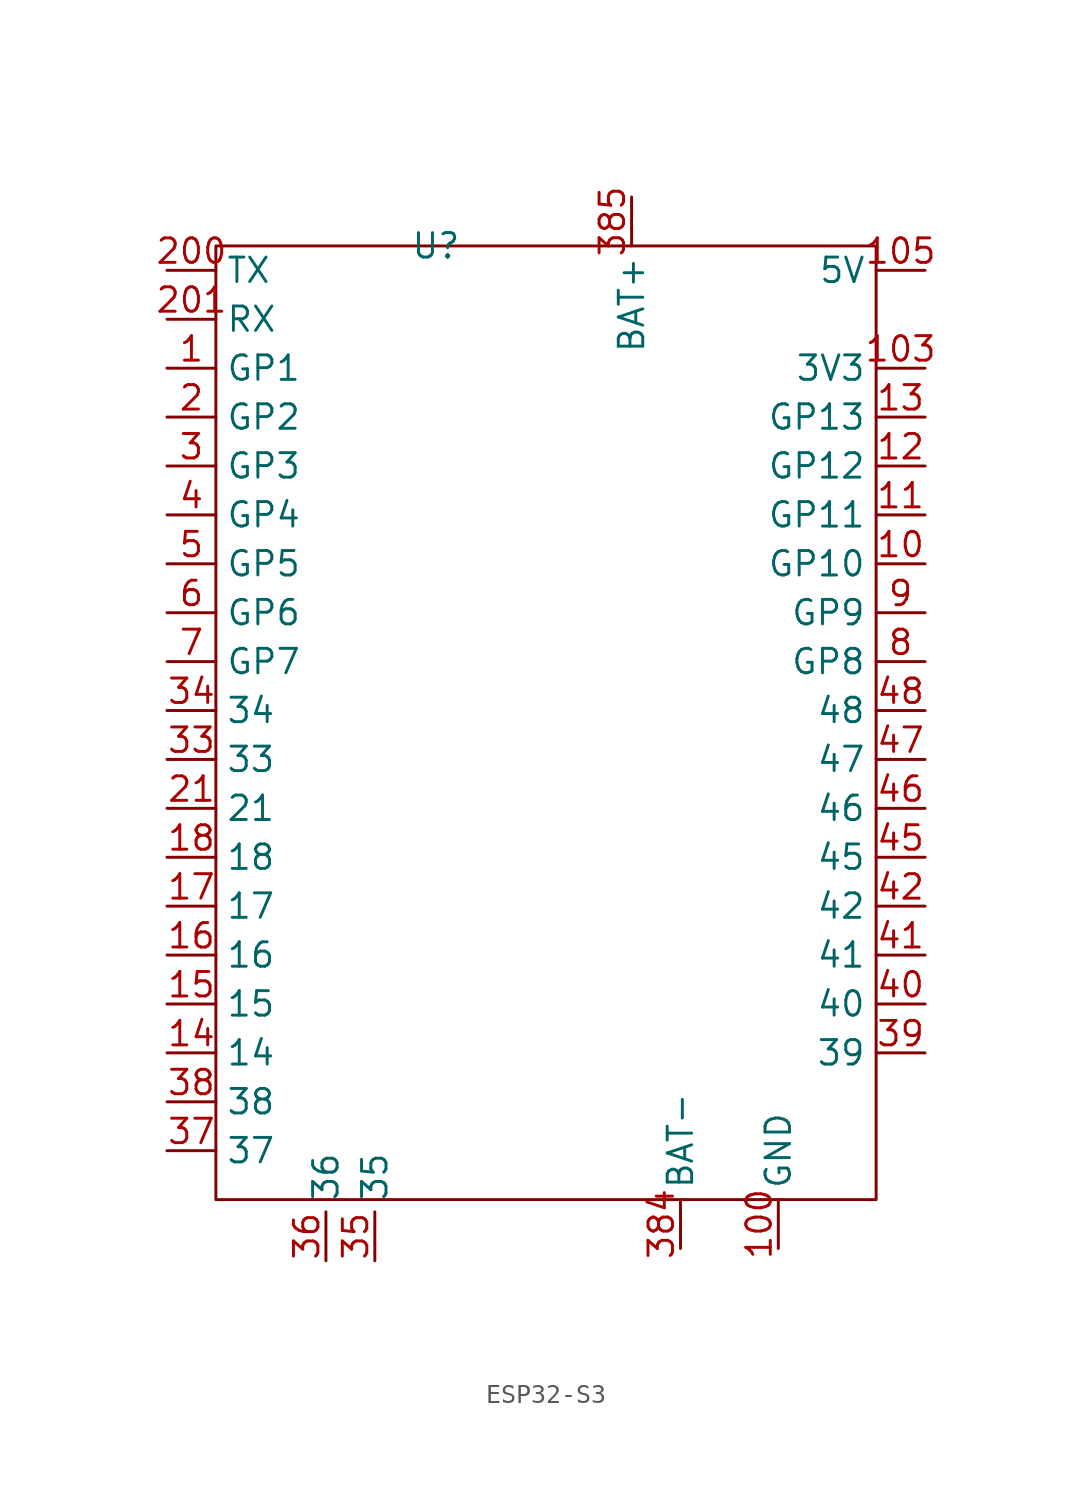
<source format=kicad_sym>
(kicad_symbol_lib
  (version 20220914)
  (generator kicad_symbol_editor)
  (symbol "ESP32-S3"
    (property "Reference" "U"
      (at 2.54 10.16 0)
      (effects (font (size 1.27 1.27))))
    (property "Value" ""
      (at 0 0 0)
      (effects (font (size 1.27 1.27))))
    (symbol "ESP32-S3_0_1"
      (rectangle (start -8.89 10.16) (end 25.4 -39.37) (stroke (width 0) (type default)) (fill (type none))))
    (symbol "ESP32-S3_1_1"
      (pin input line (at -11.43 3.81 0) (length 2.54) (name "GP1" (effects (font (size 1.27 1.27)))) (number "1" (effects (font (size 1.27 1.27)))))
      (pin input line (at 27.94 -6.35 180) (length 2.54) (name "GP10" (effects (font (size 1.27 1.27)))) (number "10" (effects (font (size 1.27 1.27)))))
      (pin input line (at 20.32 -41.91 90) (length 2.54) (name "GND" (effects (font (size 1.27 1.27)))) (number "100" (effects (font (size 1.27 1.27)))))
      (pin input line (at 27.94 3.81 180) (length 2.54) (name "3V3" (effects (font (size 1.27 1.27)))) (number "103" (effects (font (size 1.27 1.27)))))
      (pin input line (at 27.94 8.89 180) (length 2.54) (name "5V" (effects (font (size 1.27 1.27)))) (number "105" (effects (font (size 1.27 1.27)))))
      (pin input line (at 27.94 -3.81 180) (length 2.54) (name "GP11" (effects (font (size 1.27 1.27)))) (number "11" (effects (font (size 1.27 1.27)))))
      (pin input line (at 27.94 -1.27 180) (length 2.54) (name "GP12" (effects (font (size 1.27 1.27)))) (number "12" (effects (font (size 1.27 1.27)))))
      (pin input line (at 27.94 1.27 180) (length 2.54) (name "GP13" (effects (font (size 1.27 1.27)))) (number "13" (effects (font (size 1.27 1.27)))))
      (pin input line (at -11.43 -31.75 0) (length 2.54) (name "14" (effects (font (size 1.27 1.27)))) (number "14" (effects (font (size 1.27 1.27)))))
      (pin input line (at -11.43 -29.21 0) (length 2.54) (name "15" (effects (font (size 1.27 1.27)))) (number "15" (effects (font (size 1.27 1.27)))))
      (pin input line (at -11.43 -26.67 0) (length 2.54) (name "16" (effects (font (size 1.27 1.27)))) (number "16" (effects (font (size 1.27 1.27)))))
      (pin input line (at -11.43 -24.13 0) (length 2.54) (name "17" (effects (font (size 1.27 1.27)))) (number "17" (effects (font (size 1.27 1.27)))))
      (pin input line (at -11.43 -21.59 0) (length 2.54) (name "18" (effects (font (size 1.27 1.27)))) (number "18" (effects (font (size 1.27 1.27)))))
      (pin input line (at -11.43 1.27 0) (length 2.54) (name "GP2" (effects (font (size 1.27 1.27)))) (number "2" (effects (font (size 1.27 1.27)))))
      (pin input line (at -11.43 8.89 0) (length 2.54) (name "TX" (effects (font (size 1.27 1.27)))) (number "200" (effects (font (size 1.27 1.27)))))
      (pin input line (at -11.43 6.35 0) (length 2.54) (name "RX" (effects (font (size 1.27 1.27)))) (number "201" (effects (font (size 1.27 1.27)))))
      (pin input line (at -11.43 -19.05 0) (length 2.54) (name "21" (effects (font (size 1.27 1.27)))) (number "21" (effects (font (size 1.27 1.27)))))
      (pin input line (at -11.43 -1.27 0) (length 2.54) (name "GP3" (effects (font (size 1.27 1.27)))) (number "3" (effects (font (size 1.27 1.27)))))
      (pin input line (at -11.43 -16.51 0) (length 2.54) (name "33" (effects (font (size 1.27 1.27)))) (number "33" (effects (font (size 1.27 1.27)))))
      (pin input line (at -11.43 -13.97 0) (length 2.54) (name "34" (effects (font (size 1.27 1.27)))) (number "34" (effects (font (size 1.27 1.27)))))
      (pin input line (at -0.635 -42.545 90) (length 2.54) (name "35" (effects (font (size 1.27 1.27)))) (number "35" (effects (font (size 1.27 1.27)))))
      (pin input line (at -3.175 -42.545 90) (length 2.54) (name "36" (effects (font (size 1.27 1.27)))) (number "36" (effects (font (size 1.27 1.27)))))
      (pin input line (at -11.43 -36.83 0) (length 2.54) (name "37" (effects (font (size 1.27 1.27)))) (number "37" (effects (font (size 1.27 1.27)))))
      (pin input line (at -11.43 -34.29 0) (length 2.54) (name "38" (effects (font (size 1.27 1.27)))) (number "38" (effects (font (size 1.27 1.27)))))
      (pin input line (at 15.24 -41.91 90) (length 2.54) (name "BAT-" (effects (font (size 1.27 1.27)))) (number "384" (effects (font (size 1.27 1.27)))))
      (pin input line (at 12.7 12.7 270) (length 2.54) (name "BAT+" (effects (font (size 1.27 1.27)))) (number "385" (effects (font (size 1.27 1.27)))))
      (pin input line (at 27.94 -31.75 180) (length 2.54) (name "39" (effects (font (size 1.27 1.27)))) (number "39" (effects (font (size 1.27 1.27)))))
      (pin input line (at -11.43 -3.81 0) (length 2.54) (name "GP4" (effects (font (size 1.27 1.27)))) (number "4" (effects (font (size 1.27 1.27)))))
      (pin input line (at 27.94 -29.21 180) (length 2.54) (name "40" (effects (font (size 1.27 1.27)))) (number "40" (effects (font (size 1.27 1.27)))))
      (pin input line (at 27.94 -26.67 180) (length 2.54) (name "41" (effects (font (size 1.27 1.27)))) (number "41" (effects (font (size 1.27 1.27)))))
      (pin input line (at 27.94 -24.13 180) (length 2.54) (name "42" (effects (font (size 1.27 1.27)))) (number "42" (effects (font (size 1.27 1.27)))))
      (pin input line (at 27.94 -21.59 180) (length 2.54) (name "45" (effects (font (size 1.27 1.27)))) (number "45" (effects (font (size 1.27 1.27)))))
      (pin input line (at 27.94 -19.05 180) (length 2.54) (name "46" (effects (font (size 1.27 1.27)))) (number "46" (effects (font (size 1.27 1.27)))))
      (pin input line (at 27.94 -16.51 180) (length 2.54) (name "47" (effects (font (size 1.27 1.27)))) (number "47" (effects (font (size 1.27 1.27)))))
      (pin input line (at 27.94 -13.97 180) (length 2.54) (name "48" (effects (font (size 1.27 1.27)))) (number "48" (effects (font (size 1.27 1.27)))))
      (pin input line (at -11.43 -6.35 0) (length 2.54) (name "GP5" (effects (font (size 1.27 1.27)))) (number "5" (effects (font (size 1.27 1.27)))))
      (pin input line (at -11.43 -8.89 0) (length 2.54) (name "GP6" (effects (font (size 1.27 1.27)))) (number "6" (effects (font (size 1.27 1.27)))))
      (pin input line (at -11.43 -11.43 0) (length 2.54) (name "GP7" (effects (font (size 1.27 1.27)))) (number "7" (effects (font (size 1.27 1.27)))))
      (pin input line (at 27.94 -11.43 180) (length 2.54) (name "GP8" (effects (font (size 1.27 1.27)))) (number "8" (effects (font (size 1.27 1.27)))))
      (pin input line (at 27.94 -8.89 180) (length 2.54) (name "GP9" (effects (font (size 1.27 1.27)))) (number "9" (effects (font (size 1.27 1.27))))))))
</source>
